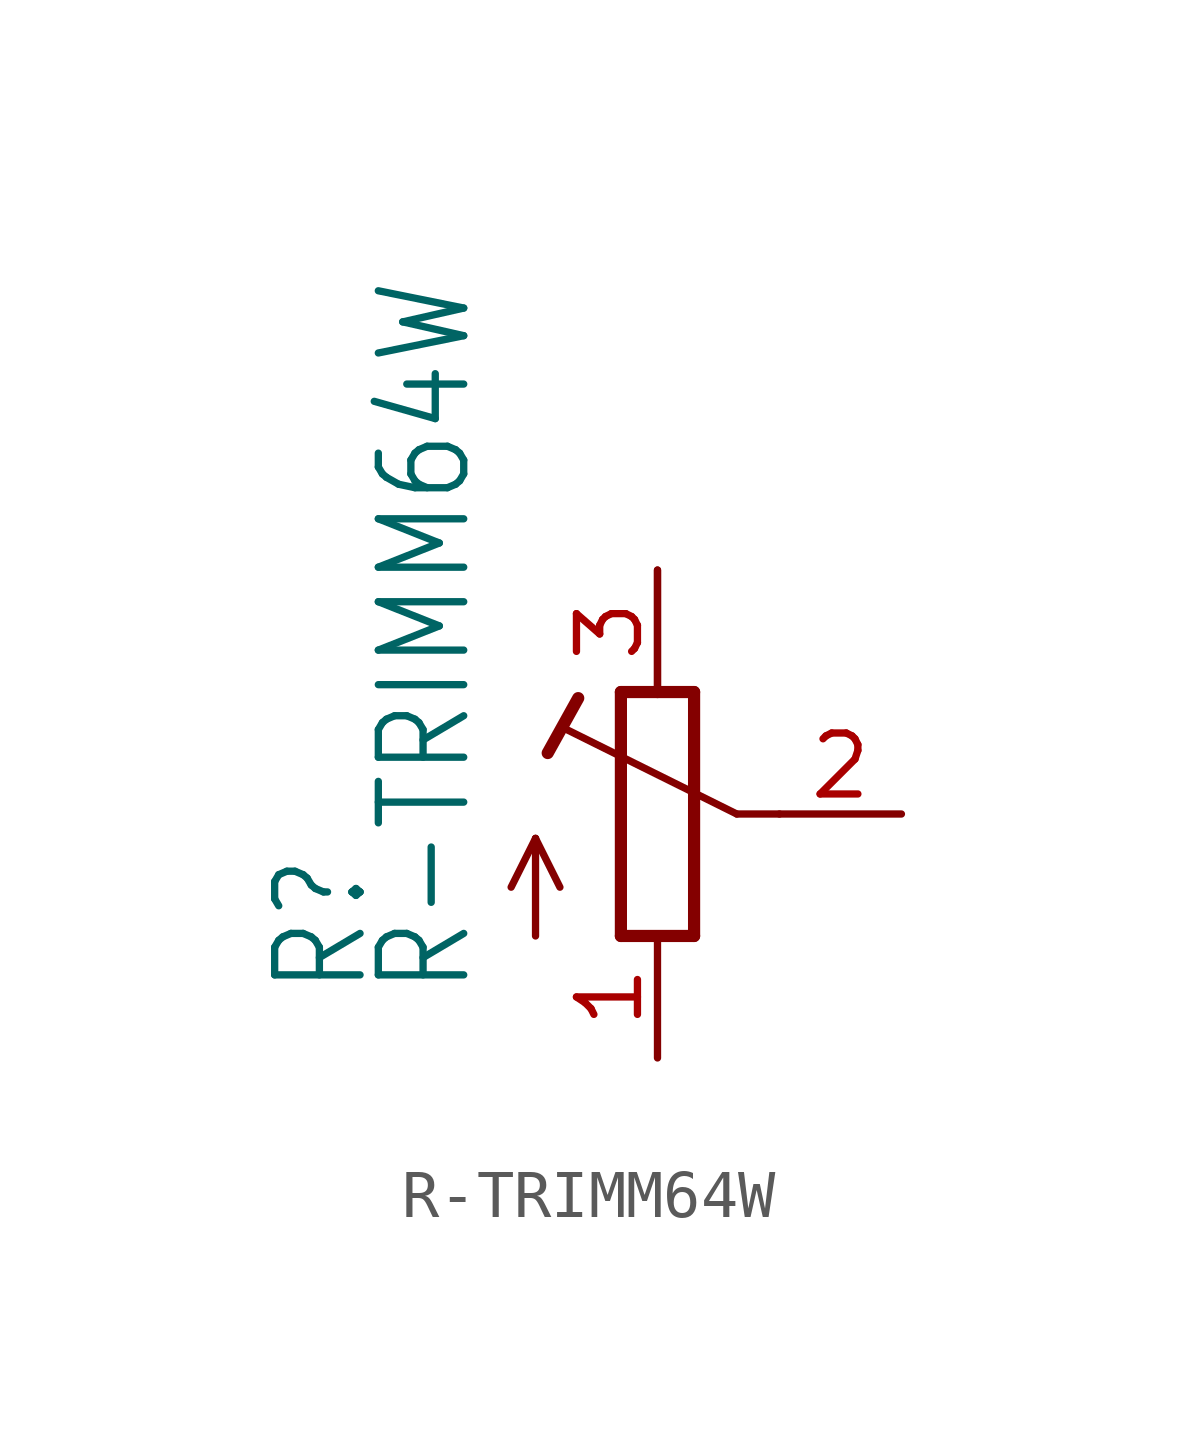
<source format=kicad_sym>
(kicad_symbol_lib
  (version 20211014)
  (generator kicad_symbol_editor)
  (symbol "R-TRIMM64W"
    (property "Reference" "R"
      (at -5.969 -3.81 90)
      (effects (font (size 1.778 1.511)) (justify left bottom)))
    (property "Value" "R-TRIMM64W"
      (at -3.81 -3.81 90)
      (effects (font (size 1.778 1.511)) (justify left bottom)))
    (property "ki_locked" ""
      (at 0 0 0)
      (effects (font (size 1.27 1.27))))
    (symbol "R-TRIMM64W_1_0"
      (polyline (pts (xy -2.54 -2.54) (xy -2.54 -0.508)) (stroke (width 0.152) (type default) (color 0 0 0 0)) (fill (type none)))
      (polyline (pts (xy -2.54 -0.508) (xy -3.048 -1.524)) (stroke (width 0.152) (type default) (color 0 0 0 0)) (fill (type none)))
      (polyline (pts (xy -2.54 -0.508) (xy -2.032 -1.524)) (stroke (width 0.152) (type default) (color 0 0 0 0)) (fill (type none)))
      (polyline (pts (xy -2.286 1.27) (xy -1.651 2.413)) (stroke (width 0.254) (type default) (color 0 0 0 0)) (fill (type none)))
      (polyline (pts (xy -0.762 -2.54) (xy 0.762 -2.54)) (stroke (width 0.254) (type default) (color 0 0 0 0)) (fill (type none)))
      (polyline (pts (xy -0.762 2.54) (xy -0.762 -2.54)) (stroke (width 0.254) (type default) (color 0 0 0 0)) (fill (type none)))
      (polyline (pts (xy 0 2.54) (xy -0.762 2.54)) (stroke (width 0.254) (type default) (color 0 0 0 0)) (fill (type none)))
      (polyline (pts (xy 0 2.54) (xy 0 5.08)) (stroke (width 0.152) (type default) (color 0 0 0 0)) (fill (type none)))
      (polyline (pts (xy 0.762 -2.54) (xy 0.762 2.54)) (stroke (width 0.254) (type default) (color 0 0 0 0)) (fill (type none)))
      (polyline (pts (xy 0.762 2.54) (xy 0 2.54)) (stroke (width 0.254) (type default) (color 0 0 0 0)) (fill (type none)))
      (polyline (pts (xy 1.651 0) (xy -1.88 1.753)) (stroke (width 0.152) (type default) (color 0 0 0 0)) (fill (type none)))
      (polyline (pts (xy 2.54 0) (xy 1.651 0)) (stroke (width 0.152) (type default) (color 0 0 0 0)) (fill (type none)))
      (pin passive line (at 0 -5.08 90) (length 2.54) (name "A" (effects (font (size 0 0)))) (number "1" (effects (font (size 1.27 1.27)))))
      (pin passive line (at 5.08 0 180) (length 2.54) (name "S" (effects (font (size 0 0)))) (number "2" (effects (font (size 1.27 1.27)))))
      (pin passive line (at 0 5.08 270) (length 2.54) (name "E" (effects (font (size 0 0)))) (number "3" (effects (font (size 1.27 1.27))))))))
</source>
